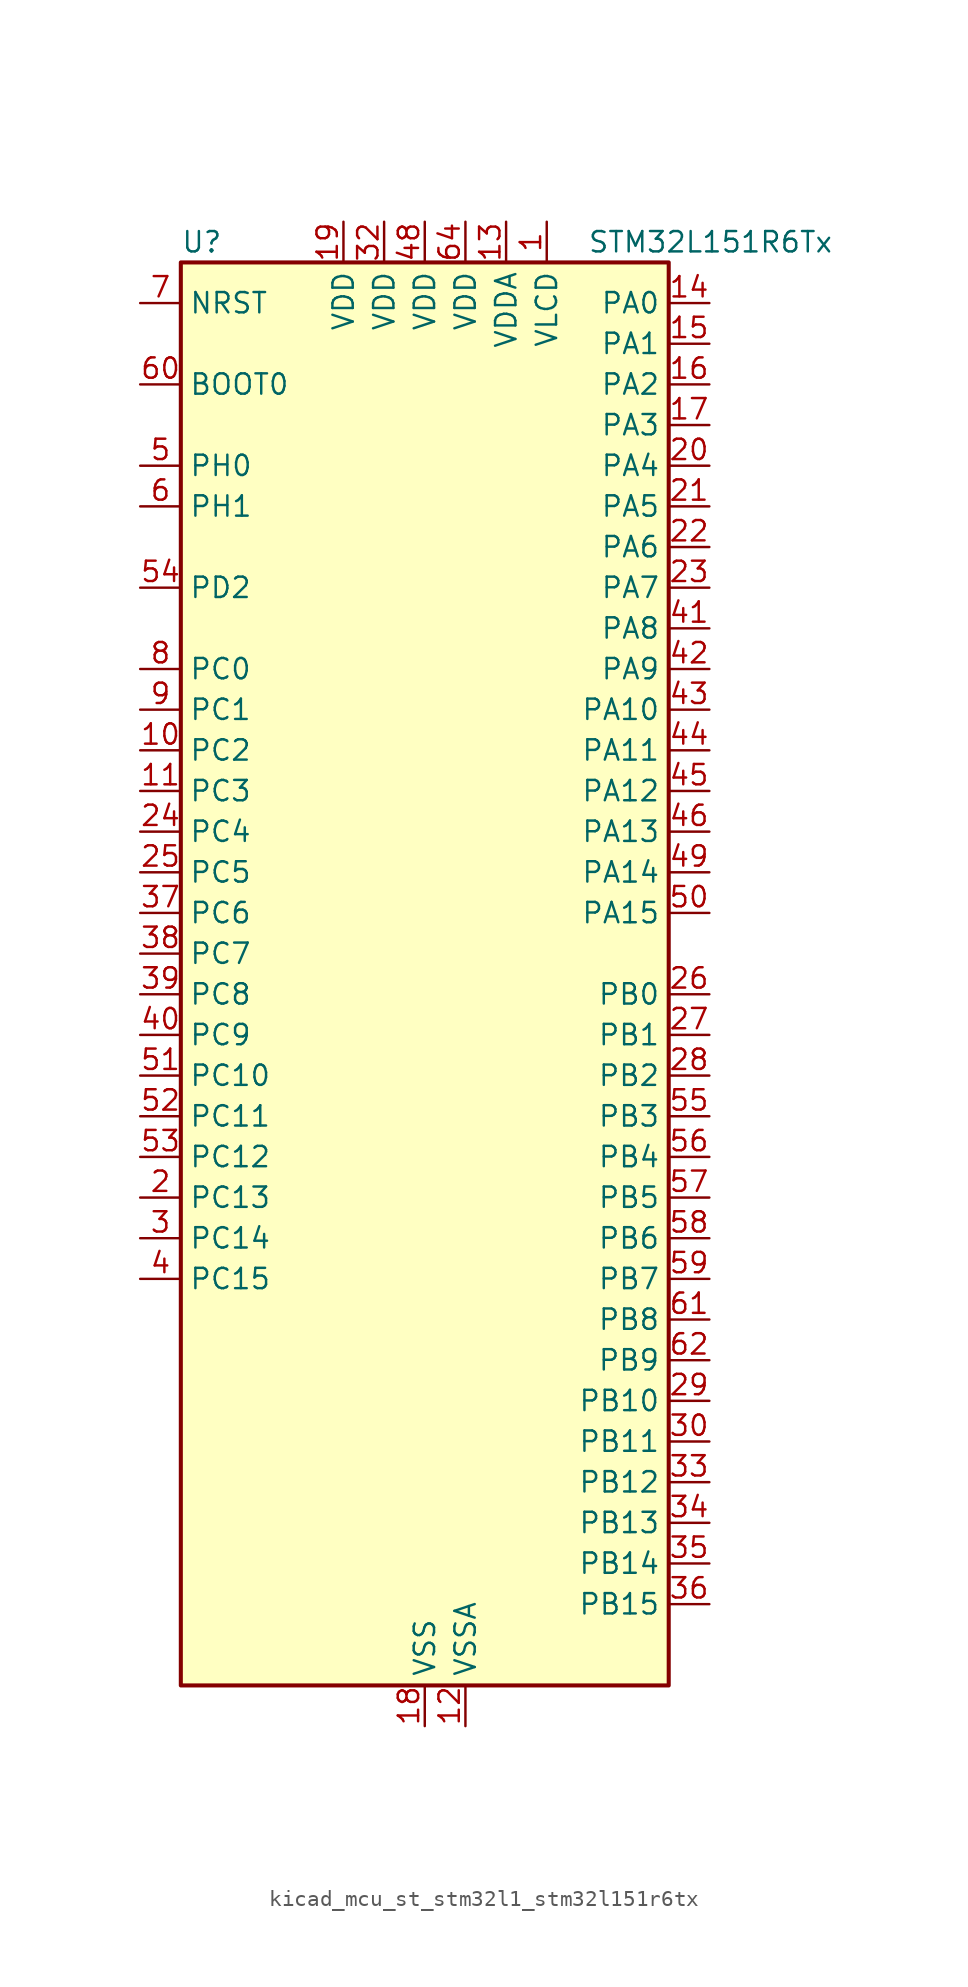
<source format=kicad_sym>
(kicad_symbol_lib
  (version 20220914)
  (generator kicad_symbol_editor)
  (symbol "kicad_mcu_st_stm32l1_stm32l151r6tx"
    (property "Reference" "U"
      (at -15.24 46.99 0)
      (effects (font (size 1.27 1.27)) (justify left)))
    (property "Value" "STM32L151R6Tx"
      (at 10.16 46.99 0)
      (effects (font (size 1.27 1.27)) (justify left)))
    (property "ki_locked" ""
      (at 0 0 0)
      (effects (font (size 1.27 1.27))))
    (symbol "kicad_mcu_st_stm32l1_stm32l151r6tx_0_1"
      (rectangle (start -15.24 -43.18) (end 15.24 45.72) (stroke (width 0.254) (type default)) (fill (type background))))
    (symbol "kicad_mcu_st_stm32l1_stm32l151r6tx_1_1"
      (pin power_in line (at 7.62 48.26 270) (length 2.54) (name "VLCD" (effects (font (size 1.27 1.27)))) (number "1" (effects (font (size 1.27 1.27)))))
      (pin bidirectional line (at -17.78 15.24 0) (length 2.54) (name "PC2" (effects (font (size 1.27 1.27)))) (number "10" (effects (font (size 1.27 1.27)))) (alternate "ADC_IN12" bidirectional line) (alternate "COMP1_INP" bidirectional line) (alternate "TIMX_IC3" bidirectional line) (alternate "TS_G8_IO3" bidirectional line))
      (pin bidirectional line (at -17.78 12.7 0) (length 2.54) (name "PC3" (effects (font (size 1.27 1.27)))) (number "11" (effects (font (size 1.27 1.27)))) (alternate "ADC_IN13" bidirectional line) (alternate "COMP1_INP" bidirectional line) (alternate "TIMX_IC4" bidirectional line) (alternate "TS_G8_IO4" bidirectional line))
      (pin power_in line (at 2.54 -45.72 90) (length 2.54) (name "VSSA" (effects (font (size 1.27 1.27)))) (number "12" (effects (font (size 1.27 1.27)))))
      (pin power_in line (at 5.08 48.26 270) (length 2.54) (name "VDDA" (effects (font (size 1.27 1.27)))) (number "13" (effects (font (size 1.27 1.27)))))
      (pin bidirectional line (at 17.78 43.18 180) (length 2.54) (name "PA0" (effects (font (size 1.27 1.27)))) (number "14" (effects (font (size 1.27 1.27)))) (alternate "ADC_IN0" bidirectional line) (alternate "COMP1_INP" bidirectional line) (alternate "SYS_WKUP1" bidirectional line) (alternate "TIM2_CH1" bidirectional line) (alternate "TIM2_ETR" bidirectional line) (alternate "TIMX_IC1" bidirectional line) (alternate "TS_G1_IO1" bidirectional line) (alternate "USART2_CTS" bidirectional line))
      (pin bidirectional line (at 17.78 40.64 180) (length 2.54) (name "PA1" (effects (font (size 1.27 1.27)))) (number "15" (effects (font (size 1.27 1.27)))) (alternate "ADC_IN1" bidirectional line) (alternate "COMP1_INP" bidirectional line) (alternate "TIM2_CH2" bidirectional line) (alternate "TIMX_IC2" bidirectional line) (alternate "TS_G1_IO2" bidirectional line) (alternate "USART2_RTS" bidirectional line))
      (pin bidirectional line (at 17.78 38.1 180) (length 2.54) (name "PA2" (effects (font (size 1.27 1.27)))) (number "16" (effects (font (size 1.27 1.27)))) (alternate "ADC_IN2" bidirectional line) (alternate "COMP1_INP" bidirectional line) (alternate "TIM2_CH3" bidirectional line) (alternate "TIM9_CH1" bidirectional line) (alternate "TIMX_IC3" bidirectional line) (alternate "TS_G1_IO3" bidirectional line) (alternate "USART2_TX" bidirectional line))
      (pin bidirectional line (at 17.78 35.56 180) (length 2.54) (name "PA3" (effects (font (size 1.27 1.27)))) (number "17" (effects (font (size 1.27 1.27)))) (alternate "ADC_IN3" bidirectional line) (alternate "COMP1_INP" bidirectional line) (alternate "TIM2_CH4" bidirectional line) (alternate "TIM9_CH2" bidirectional line) (alternate "TIMX_IC4" bidirectional line) (alternate "TS_G1_IO4" bidirectional line) (alternate "USART2_RX" bidirectional line))
      (pin power_in line (at 0 -45.72 90) (length 2.54) (name "VSS" (effects (font (size 1.27 1.27)))) (number "18" (effects (font (size 1.27 1.27)))))
      (pin power_in line (at -5.08 48.26 270) (length 2.54) (name "VDD" (effects (font (size 1.27 1.27)))) (number "19" (effects (font (size 1.27 1.27)))))
      (pin bidirectional line (at -17.78 -12.7 0) (length 2.54) (name "PC13" (effects (font (size 1.27 1.27)))) (number "2" (effects (font (size 1.27 1.27)))) (alternate "RTC_OUT_ALARM" bidirectional line) (alternate "RTC_OUT_CALIB" bidirectional line) (alternate "RTC_TAMP1" bidirectional line) (alternate "RTC_TS" bidirectional line) (alternate "SYS_WKUP2" bidirectional line) (alternate "TIMX_IC2" bidirectional line))
      (pin bidirectional line (at 17.78 33.02 180) (length 2.54) (name "PA4" (effects (font (size 1.27 1.27)))) (number "20" (effects (font (size 1.27 1.27)))) (alternate "ADC_IN4" bidirectional line) (alternate "COMP1_INP" bidirectional line) (alternate "DAC_OUT1" bidirectional line) (alternate "SPI1_NSS" bidirectional line) (alternate "TIMX_IC1" bidirectional line) (alternate "USART2_CK" bidirectional line))
      (pin bidirectional line (at 17.78 30.48 180) (length 2.54) (name "PA5" (effects (font (size 1.27 1.27)))) (number "21" (effects (font (size 1.27 1.27)))) (alternate "ADC_IN5" bidirectional line) (alternate "COMP1_INP" bidirectional line) (alternate "DAC_OUT2" bidirectional line) (alternate "SPI1_SCK" bidirectional line) (alternate "TIM2_CH1" bidirectional line) (alternate "TIM2_ETR" bidirectional line) (alternate "TIMX_IC2" bidirectional line))
      (pin bidirectional line (at 17.78 27.94 180) (length 2.54) (name "PA6" (effects (font (size 1.27 1.27)))) (number "22" (effects (font (size 1.27 1.27)))) (alternate "ADC_IN6" bidirectional line) (alternate "COMP1_INP" bidirectional line) (alternate "SPI1_MISO" bidirectional line) (alternate "TIM10_CH1" bidirectional line) (alternate "TIM3_CH1" bidirectional line) (alternate "TIMX_IC3" bidirectional line) (alternate "TS_G2_IO1" bidirectional line))
      (pin bidirectional line (at 17.78 25.4 180) (length 2.54) (name "PA7" (effects (font (size 1.27 1.27)))) (number "23" (effects (font (size 1.27 1.27)))) (alternate "ADC_IN7" bidirectional line) (alternate "COMP1_INP" bidirectional line) (alternate "SPI1_MOSI" bidirectional line) (alternate "TIM11_CH1" bidirectional line) (alternate "TIM3_CH2" bidirectional line) (alternate "TIMX_IC4" bidirectional line) (alternate "TS_G2_IO2" bidirectional line))
      (pin bidirectional line (at -17.78 10.16 0) (length 2.54) (name "PC4" (effects (font (size 1.27 1.27)))) (number "24" (effects (font (size 1.27 1.27)))) (alternate "ADC_IN14" bidirectional line) (alternate "COMP1_INP" bidirectional line) (alternate "TIMX_IC1" bidirectional line) (alternate "TS_G9_IO1" bidirectional line))
      (pin bidirectional line (at -17.78 7.62 0) (length 2.54) (name "PC5" (effects (font (size 1.27 1.27)))) (number "25" (effects (font (size 1.27 1.27)))) (alternate "ADC_IN15" bidirectional line) (alternate "COMP1_INP" bidirectional line) (alternate "TIMX_IC2" bidirectional line) (alternate "TS_G9_IO2" bidirectional line))
      (pin bidirectional line (at 17.78 0 180) (length 2.54) (name "PB0" (effects (font (size 1.27 1.27)))) (number "26" (effects (font (size 1.27 1.27)))) (alternate "ADC_IN8" bidirectional line) (alternate "COMP1_INP" bidirectional line) (alternate "SYS_V_REF_OUT" bidirectional line) (alternate "TIM3_CH3" bidirectional line) (alternate "TS_G3_IO1" bidirectional line))
      (pin bidirectional line (at 17.78 -2.54 180) (length 2.54) (name "PB1" (effects (font (size 1.27 1.27)))) (number "27" (effects (font (size 1.27 1.27)))) (alternate "ADC_IN9" bidirectional line) (alternate "COMP1_INP" bidirectional line) (alternate "SYS_V_REF_OUT" bidirectional line) (alternate "TIM3_CH4" bidirectional line) (alternate "TS_G3_IO2" bidirectional line))
      (pin bidirectional line (at 17.78 -5.08 180) (length 2.54) (name "PB2" (effects (font (size 1.27 1.27)))) (number "28" (effects (font (size 1.27 1.27)))))
      (pin bidirectional line (at 17.78 -25.4 180) (length 2.54) (name "PB10" (effects (font (size 1.27 1.27)))) (number "29" (effects (font (size 1.27 1.27)))) (alternate "I2C2_SCL" bidirectional line) (alternate "TIM2_CH3" bidirectional line) (alternate "USART3_TX" bidirectional line))
      (pin bidirectional line (at -17.78 -15.24 0) (length 2.54) (name "PC14" (effects (font (size 1.27 1.27)))) (number "3" (effects (font (size 1.27 1.27)))) (alternate "RCC_OSC32_IN" bidirectional line) (alternate "TIMX_IC3" bidirectional line))
      (pin bidirectional line (at 17.78 -27.94 180) (length 2.54) (name "PB11" (effects (font (size 1.27 1.27)))) (number "30" (effects (font (size 1.27 1.27)))) (alternate "ADC_EXTI11" bidirectional line) (alternate "I2C2_SDA" bidirectional line) (alternate "TIM2_CH4" bidirectional line) (alternate "USART3_RX" bidirectional line))
      (pin passive line (at 0 -45.72 90) (length 2.54) hide (name "VSS" (effects (font (size 1.27 1.27)))) (number "31" (effects (font (size 1.27 1.27)))))
      (pin power_in line (at -2.54 48.26 270) (length 2.54) (name "VDD" (effects (font (size 1.27 1.27)))) (number "32" (effects (font (size 1.27 1.27)))))
      (pin bidirectional line (at 17.78 -30.48 180) (length 2.54) (name "PB12" (effects (font (size 1.27 1.27)))) (number "33" (effects (font (size 1.27 1.27)))) (alternate "ADC_IN18" bidirectional line) (alternate "COMP1_INP" bidirectional line) (alternate "I2C2_SMBA" bidirectional line) (alternate "SPI2_NSS" bidirectional line) (alternate "TIM10_CH1" bidirectional line) (alternate "TS_G7_IO1" bidirectional line) (alternate "USART3_CK" bidirectional line))
      (pin bidirectional line (at 17.78 -33.02 180) (length 2.54) (name "PB13" (effects (font (size 1.27 1.27)))) (number "34" (effects (font (size 1.27 1.27)))) (alternate "ADC_IN19" bidirectional line) (alternate "COMP1_INP" bidirectional line) (alternate "SPI2_SCK" bidirectional line) (alternate "TIM9_CH1" bidirectional line) (alternate "TS_G7_IO2" bidirectional line) (alternate "USART3_CTS" bidirectional line))
      (pin bidirectional line (at 17.78 -35.56 180) (length 2.54) (name "PB14" (effects (font (size 1.27 1.27)))) (number "35" (effects (font (size 1.27 1.27)))) (alternate "ADC_IN20" bidirectional line) (alternate "COMP1_INP" bidirectional line) (alternate "SPI2_MISO" bidirectional line) (alternate "TIM9_CH2" bidirectional line) (alternate "TS_G7_IO3" bidirectional line) (alternate "USART3_RTS" bidirectional line))
      (pin bidirectional line (at 17.78 -38.1 180) (length 2.54) (name "PB15" (effects (font (size 1.27 1.27)))) (number "36" (effects (font (size 1.27 1.27)))) (alternate "ADC_EXTI15" bidirectional line) (alternate "ADC_IN21" bidirectional line) (alternate "COMP1_INP" bidirectional line) (alternate "RTC_REFIN" bidirectional line) (alternate "SPI2_MOSI" bidirectional line) (alternate "TIM11_CH1" bidirectional line) (alternate "TS_G7_IO4" bidirectional line))
      (pin bidirectional line (at -17.78 5.08 0) (length 2.54) (name "PC6" (effects (font (size 1.27 1.27)))) (number "37" (effects (font (size 1.27 1.27)))) (alternate "TIM3_CH1" bidirectional line) (alternate "TIMX_IC3" bidirectional line) (alternate "TS_G10_IO1" bidirectional line))
      (pin bidirectional line (at -17.78 2.54 0) (length 2.54) (name "PC7" (effects (font (size 1.27 1.27)))) (number "38" (effects (font (size 1.27 1.27)))) (alternate "TIM3_CH2" bidirectional line) (alternate "TIMX_IC4" bidirectional line) (alternate "TS_G10_IO2" bidirectional line))
      (pin bidirectional line (at -17.78 0 0) (length 2.54) (name "PC8" (effects (font (size 1.27 1.27)))) (number "39" (effects (font (size 1.27 1.27)))) (alternate "TIM3_CH3" bidirectional line) (alternate "TIMX_IC1" bidirectional line) (alternate "TS_G10_IO3" bidirectional line))
      (pin bidirectional line (at -17.78 -17.78 0) (length 2.54) (name "PC15" (effects (font (size 1.27 1.27)))) (number "4" (effects (font (size 1.27 1.27)))) (alternate "ADC_EXTI15" bidirectional line) (alternate "RCC_OSC32_OUT" bidirectional line) (alternate "TIMX_IC4" bidirectional line))
      (pin bidirectional line (at -17.78 -2.54 0) (length 2.54) (name "PC9" (effects (font (size 1.27 1.27)))) (number "40" (effects (font (size 1.27 1.27)))) (alternate "DAC_EXTI9" bidirectional line) (alternate "TIM3_CH4" bidirectional line) (alternate "TIMX_IC2" bidirectional line) (alternate "TS_G10_IO4" bidirectional line))
      (pin bidirectional line (at 17.78 22.86 180) (length 2.54) (name "PA8" (effects (font (size 1.27 1.27)))) (number "41" (effects (font (size 1.27 1.27)))) (alternate "RCC_MCO" bidirectional line) (alternate "TIMX_IC1" bidirectional line) (alternate "TS_G4_IO1" bidirectional line) (alternate "USART1_CK" bidirectional line))
      (pin bidirectional line (at 17.78 20.32 180) (length 2.54) (name "PA9" (effects (font (size 1.27 1.27)))) (number "42" (effects (font (size 1.27 1.27)))) (alternate "DAC_EXTI9" bidirectional line) (alternate "TIMX_IC2" bidirectional line) (alternate "TS_G4_IO2" bidirectional line) (alternate "USART1_TX" bidirectional line))
      (pin bidirectional line (at 17.78 17.78 180) (length 2.54) (name "PA10" (effects (font (size 1.27 1.27)))) (number "43" (effects (font (size 1.27 1.27)))) (alternate "TIMX_IC3" bidirectional line) (alternate "TS_G4_IO3" bidirectional line) (alternate "USART1_RX" bidirectional line))
      (pin bidirectional line (at 17.78 15.24 180) (length 2.54) (name "PA11" (effects (font (size 1.27 1.27)))) (number "44" (effects (font (size 1.27 1.27)))) (alternate "ADC_EXTI11" bidirectional line) (alternate "SPI1_MISO" bidirectional line) (alternate "TIMX_IC4" bidirectional line) (alternate "USART1_CTS" bidirectional line) (alternate "USB_DM" bidirectional line))
      (pin bidirectional line (at 17.78 12.7 180) (length 2.54) (name "PA12" (effects (font (size 1.27 1.27)))) (number "45" (effects (font (size 1.27 1.27)))) (alternate "SPI1_MOSI" bidirectional line) (alternate "TIMX_IC1" bidirectional line) (alternate "USART1_RTS" bidirectional line) (alternate "USB_DP" bidirectional line))
      (pin bidirectional line (at 17.78 10.16 180) (length 2.54) (name "PA13" (effects (font (size 1.27 1.27)))) (number "46" (effects (font (size 1.27 1.27)))) (alternate "SYS_JTMS-SWDIO" bidirectional line) (alternate "TIMX_IC2" bidirectional line) (alternate "TS_G5_IO1" bidirectional line))
      (pin passive line (at 0 -45.72 90) (length 2.54) hide (name "VSS" (effects (font (size 1.27 1.27)))) (number "47" (effects (font (size 1.27 1.27)))))
      (pin power_in line (at 0 48.26 270) (length 2.54) (name "VDD" (effects (font (size 1.27 1.27)))) (number "48" (effects (font (size 1.27 1.27)))))
      (pin bidirectional line (at 17.78 7.62 180) (length 2.54) (name "PA14" (effects (font (size 1.27 1.27)))) (number "49" (effects (font (size 1.27 1.27)))) (alternate "SYS_JTCK-SWCLK" bidirectional line) (alternate "TIMX_IC3" bidirectional line) (alternate "TS_G5_IO2" bidirectional line))
      (pin bidirectional line (at -17.78 33.02 0) (length 2.54) (name "PH0" (effects (font (size 1.27 1.27)))) (number "5" (effects (font (size 1.27 1.27)))) (alternate "RCC_OSC_IN" bidirectional line))
      (pin bidirectional line (at 17.78 5.08 180) (length 2.54) (name "PA15" (effects (font (size 1.27 1.27)))) (number "50" (effects (font (size 1.27 1.27)))) (alternate "ADC_EXTI15" bidirectional line) (alternate "SPI1_NSS" bidirectional line) (alternate "SYS_JTDI" bidirectional line) (alternate "TIM2_CH1" bidirectional line) (alternate "TIM2_ETR" bidirectional line) (alternate "TIMX_IC4" bidirectional line) (alternate "TS_G5_IO3" bidirectional line))
      (pin bidirectional line (at -17.78 -5.08 0) (length 2.54) (name "PC10" (effects (font (size 1.27 1.27)))) (number "51" (effects (font (size 1.27 1.27)))) (alternate "TIMX_IC3" bidirectional line) (alternate "USART3_TX" bidirectional line))
      (pin bidirectional line (at -17.78 -7.62 0) (length 2.54) (name "PC11" (effects (font (size 1.27 1.27)))) (number "52" (effects (font (size 1.27 1.27)))) (alternate "ADC_EXTI11" bidirectional line) (alternate "TIMX_IC4" bidirectional line) (alternate "USART3_RX" bidirectional line))
      (pin bidirectional line (at -17.78 -10.16 0) (length 2.54) (name "PC12" (effects (font (size 1.27 1.27)))) (number "53" (effects (font (size 1.27 1.27)))) (alternate "TIMX_IC1" bidirectional line) (alternate "USART3_CK" bidirectional line))
      (pin bidirectional line (at -17.78 25.4 0) (length 2.54) (name "PD2" (effects (font (size 1.27 1.27)))) (number "54" (effects (font (size 1.27 1.27)))) (alternate "TIM3_ETR" bidirectional line) (alternate "TIMX_IC3" bidirectional line))
      (pin bidirectional line (at 17.78 -7.62 180) (length 2.54) (name "PB3" (effects (font (size 1.27 1.27)))) (number "55" (effects (font (size 1.27 1.27)))) (alternate "COMP2_INM" bidirectional line) (alternate "SPI1_SCK" bidirectional line) (alternate "SYS_JTDO-TRACESWO" bidirectional line) (alternate "TIM2_CH2" bidirectional line))
      (pin bidirectional line (at 17.78 -10.16 180) (length 2.54) (name "PB4" (effects (font (size 1.27 1.27)))) (number "56" (effects (font (size 1.27 1.27)))) (alternate "COMP2_INP" bidirectional line) (alternate "SPI1_MISO" bidirectional line) (alternate "SYS_JTRST" bidirectional line) (alternate "TIM3_CH1" bidirectional line) (alternate "TS_G6_IO1" bidirectional line))
      (pin bidirectional line (at 17.78 -12.7 180) (length 2.54) (name "PB5" (effects (font (size 1.27 1.27)))) (number "57" (effects (font (size 1.27 1.27)))) (alternate "COMP2_INP" bidirectional line) (alternate "I2C1_SMBA" bidirectional line) (alternate "SPI1_MOSI" bidirectional line) (alternate "TIM3_CH2" bidirectional line) (alternate "TS_G6_IO2" bidirectional line))
      (pin bidirectional line (at 17.78 -15.24 180) (length 2.54) (name "PB6" (effects (font (size 1.27 1.27)))) (number "58" (effects (font (size 1.27 1.27)))) (alternate "I2C1_SCL" bidirectional line) (alternate "TIM4_CH1" bidirectional line) (alternate "USART1_TX" bidirectional line))
      (pin bidirectional line (at 17.78 -17.78 180) (length 2.54) (name "PB7" (effects (font (size 1.27 1.27)))) (number "59" (effects (font (size 1.27 1.27)))) (alternate "I2C1_SDA" bidirectional line) (alternate "SYS_PVD_IN" bidirectional line) (alternate "TIM4_CH2" bidirectional line) (alternate "USART1_RX" bidirectional line))
      (pin bidirectional line (at -17.78 30.48 0) (length 2.54) (name "PH1" (effects (font (size 1.27 1.27)))) (number "6" (effects (font (size 1.27 1.27)))) (alternate "RCC_OSC_OUT" bidirectional line))
      (pin input line (at -17.78 38.1 0) (length 2.54) (name "BOOT0" (effects (font (size 1.27 1.27)))) (number "60" (effects (font (size 1.27 1.27)))))
      (pin bidirectional line (at 17.78 -20.32 180) (length 2.54) (name "PB8" (effects (font (size 1.27 1.27)))) (number "61" (effects (font (size 1.27 1.27)))) (alternate "I2C1_SCL" bidirectional line) (alternate "TIM10_CH1" bidirectional line) (alternate "TIM4_CH3" bidirectional line))
      (pin bidirectional line (at 17.78 -22.86 180) (length 2.54) (name "PB9" (effects (font (size 1.27 1.27)))) (number "62" (effects (font (size 1.27 1.27)))) (alternate "DAC_EXTI9" bidirectional line) (alternate "I2C1_SDA" bidirectional line) (alternate "TIM11_CH1" bidirectional line) (alternate "TIM4_CH4" bidirectional line))
      (pin passive line (at 0 -45.72 90) (length 2.54) hide (name "VSS" (effects (font (size 1.27 1.27)))) (number "63" (effects (font (size 1.27 1.27)))))
      (pin power_in line (at 2.54 48.26 270) (length 2.54) (name "VDD" (effects (font (size 1.27 1.27)))) (number "64" (effects (font (size 1.27 1.27)))))
      (pin input line (at -17.78 43.18 0) (length 2.54) (name "NRST" (effects (font (size 1.27 1.27)))) (number "7" (effects (font (size 1.27 1.27)))))
      (pin bidirectional line (at -17.78 20.32 0) (length 2.54) (name "PC0" (effects (font (size 1.27 1.27)))) (number "8" (effects (font (size 1.27 1.27)))) (alternate "ADC_IN10" bidirectional line) (alternate "COMP1_INP" bidirectional line) (alternate "TIMX_IC1" bidirectional line) (alternate "TS_G8_IO1" bidirectional line))
      (pin bidirectional line (at -17.78 17.78 0) (length 2.54) (name "PC1" (effects (font (size 1.27 1.27)))) (number "9" (effects (font (size 1.27 1.27)))) (alternate "ADC_IN11" bidirectional line) (alternate "COMP1_INP" bidirectional line) (alternate "TIMX_IC2" bidirectional line) (alternate "TS_G8_IO2" bidirectional line)))))
</source>
